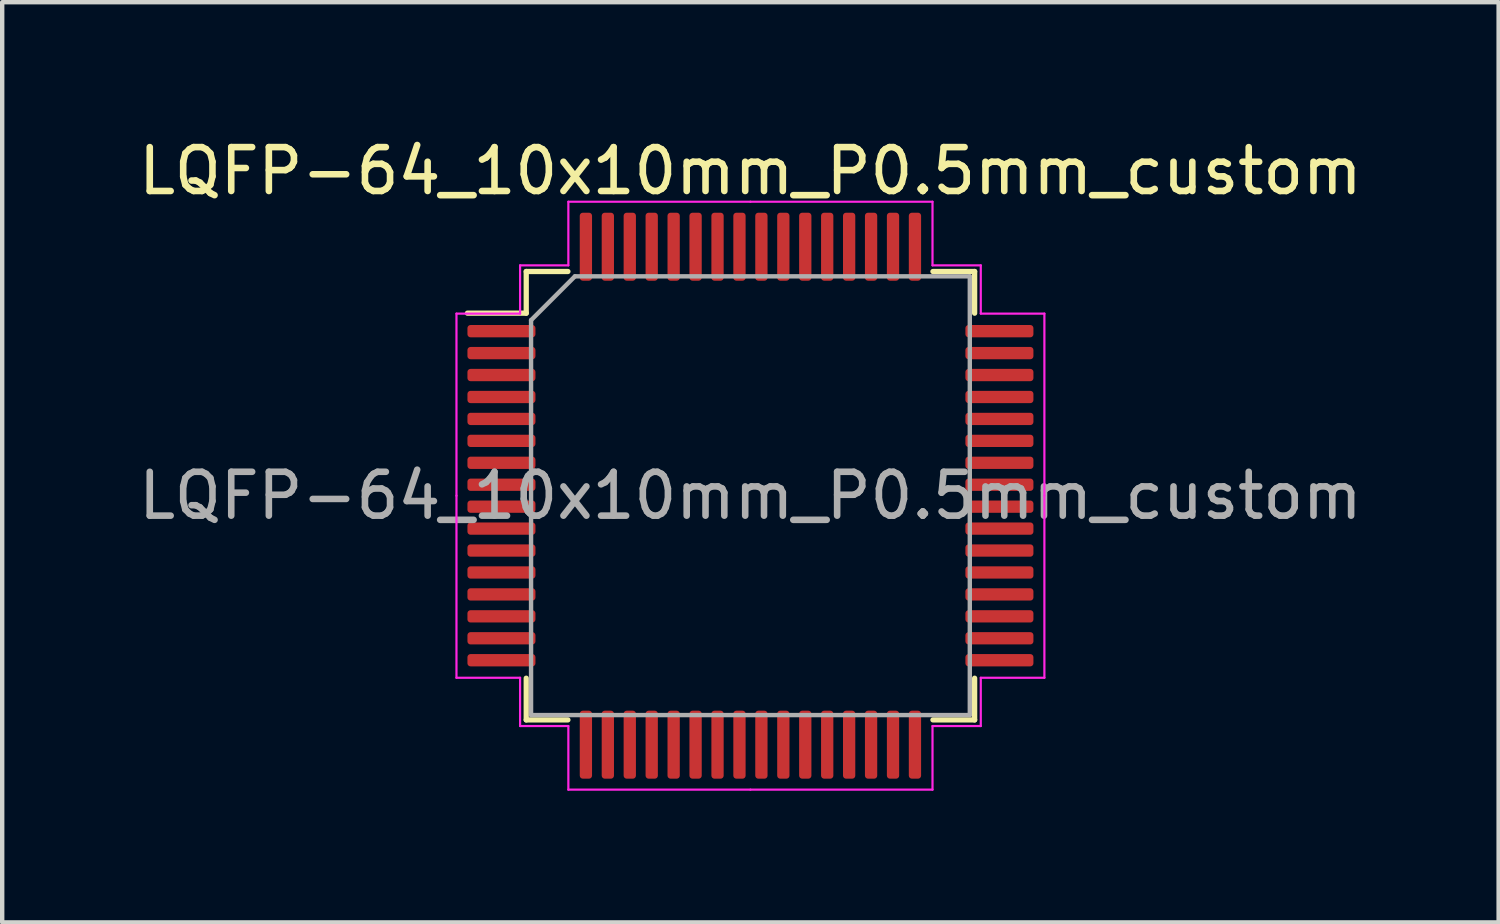
<source format=kicad_pcb>
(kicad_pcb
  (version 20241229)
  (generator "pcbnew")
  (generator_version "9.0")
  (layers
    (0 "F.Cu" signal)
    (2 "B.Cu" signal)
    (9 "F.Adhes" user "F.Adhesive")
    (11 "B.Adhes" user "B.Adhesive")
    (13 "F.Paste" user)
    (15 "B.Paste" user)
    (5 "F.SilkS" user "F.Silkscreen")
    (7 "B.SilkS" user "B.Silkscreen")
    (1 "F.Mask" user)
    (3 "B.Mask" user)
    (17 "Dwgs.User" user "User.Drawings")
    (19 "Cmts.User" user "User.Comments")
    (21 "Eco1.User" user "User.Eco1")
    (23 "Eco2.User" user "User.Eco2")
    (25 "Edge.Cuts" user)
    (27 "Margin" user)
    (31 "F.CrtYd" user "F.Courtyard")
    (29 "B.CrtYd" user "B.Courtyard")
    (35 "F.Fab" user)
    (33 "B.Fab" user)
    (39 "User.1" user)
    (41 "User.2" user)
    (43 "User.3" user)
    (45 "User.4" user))
  (footprint "LQFP-64_10x10mm_P0.5mm_custom"
    (layer "F.Cu")
    (at 14.054 8.248)
    (property "Reference" "LQFP-64_10x10mm_P0.5mm_custom" (at 0 -7.4 0) (layer "F.SilkS") (effects (font (size 1 1) (thickness 0.15))))
    (attr smd)
    (fp_line (start -5.11 -5.11) (end -5.11 -4.16) (stroke (width 0.12) (type solid)) (layer "F.SilkS"))
    (fp_line (start -5.11 -4.16) (end -6.45 -4.16) (stroke (width 0.12) (type solid)) (layer "F.SilkS"))
    (fp_line (start -5.11 5.11) (end -5.11 4.16) (stroke (width 0.12) (type solid)) (layer "F.SilkS"))
    (fp_line (start -4.16 -5.11) (end -5.11 -5.11) (stroke (width 0.12) (type solid)) (layer "F.SilkS"))
    (fp_line (start -4.16 5.11) (end -5.11 5.11) (stroke (width 0.12) (type solid)) (layer "F.SilkS"))
    (fp_line (start 4.16 -5.11) (end 5.11 -5.11) (stroke (width 0.12) (type solid)) (layer "F.SilkS"))
    (fp_line (start 4.16 5.11) (end 5.11 5.11) (stroke (width 0.12) (type solid)) (layer "F.SilkS"))
    (fp_line (start 5.11 -5.11) (end 5.11 -4.16) (stroke (width 0.12) (type solid)) (layer "F.SilkS"))
    (fp_line (start 5.11 5.11) (end 5.11 4.16) (stroke (width 0.12) (type solid)) (layer "F.SilkS"))
    (fp_line (start -6.7 -4.15) (end -6.7 0) (stroke (width 0.05) (type solid)) (layer "F.CrtYd"))
    (fp_line (start -6.7 4.15) (end -6.7 0) (stroke (width 0.05) (type solid)) (layer "F.CrtYd"))
    (fp_line (start -5.25 -5.25) (end -5.25 -4.15) (stroke (width 0.05) (type solid)) (layer "F.CrtYd"))
    (fp_line (start -5.25 -4.15) (end -6.7 -4.15) (stroke (width 0.05) (type solid)) (layer "F.CrtYd"))
    (fp_line (start -5.25 4.15) (end -6.7 4.15) (stroke (width 0.05) (type solid)) (layer "F.CrtYd"))
    (fp_line (start -5.25 5.25) (end -5.25 4.15) (stroke (width 0.05) (type solid)) (layer "F.CrtYd"))
    (fp_line (start -4.15 -6.7) (end -4.15 -5.25) (stroke (width 0.05) (type solid)) (layer "F.CrtYd"))
    (fp_line (start -4.15 -5.25) (end -5.25 -5.25) (stroke (width 0.05) (type solid)) (layer "F.CrtYd"))
    (fp_line (start -4.15 5.25) (end -5.25 5.25) (stroke (width 0.05) (type solid)) (layer "F.CrtYd"))
    (fp_line (start -4.15 6.7) (end -4.15 5.25) (stroke (width 0.05) (type solid)) (layer "F.CrtYd"))
    (fp_line (start 0 -6.7) (end -4.15 -6.7) (stroke (width 0.05) (type solid)) (layer "F.CrtYd"))
    (fp_line (start 0 -6.7) (end 4.15 -6.7) (stroke (width 0.05) (type solid)) (layer "F.CrtYd"))
    (fp_line (start 0 6.7) (end -4.15 6.7) (stroke (width 0.05) (type solid)) (layer "F.CrtYd"))
    (fp_line (start 0 6.7) (end 4.15 6.7) (stroke (width 0.05) (type solid)) (layer "F.CrtYd"))
    (fp_line (start 4.15 -6.7) (end 4.15 -5.25) (stroke (width 0.05) (type solid)) (layer "F.CrtYd"))
    (fp_line (start 4.15 -5.25) (end 5.25 -5.25) (stroke (width 0.05) (type solid)) (layer "F.CrtYd"))
    (fp_line (start 4.15 5.25) (end 5.25 5.25) (stroke (width 0.05) (type solid)) (layer "F.CrtYd"))
    (fp_line (start 4.15 6.7) (end 4.15 5.25) (stroke (width 0.05) (type solid)) (layer "F.CrtYd"))
    (fp_line (start 5.25 -5.25) (end 5.25 -4.15) (stroke (width 0.05) (type solid)) (layer "F.CrtYd"))
    (fp_line (start 5.25 -4.15) (end 6.7 -4.15) (stroke (width 0.05) (type solid)) (layer "F.CrtYd"))
    (fp_line (start 5.25 4.15) (end 6.7 4.15) (stroke (width 0.05) (type solid)) (layer "F.CrtYd"))
    (fp_line (start 5.25 5.25) (end 5.25 4.15) (stroke (width 0.05) (type solid)) (layer "F.CrtYd"))
    (fp_line (start 6.7 -4.15) (end 6.7 0) (stroke (width 0.05) (type solid)) (layer "F.CrtYd"))
    (fp_line (start 6.7 4.15) (end 6.7 0) (stroke (width 0.05) (type solid)) (layer "F.CrtYd"))
    (fp_line (start -5 -4) (end -4 -5) (stroke (width 0.1) (type solid)) (layer "F.Fab"))
    (fp_line (start -5 5) (end -5 -4) (stroke (width 0.1) (type solid)) (layer "F.Fab"))
    (fp_line (start -4 -5) (end 5 -5) (stroke (width 0.1) (type solid)) (layer "F.Fab"))
    (fp_line (start 5 -5) (end 5 5) (stroke (width 0.1) (type solid)) (layer "F.Fab"))
    (fp_line (start 5 5) (end -5 5) (stroke (width 0.1) (type solid)) (layer "F.Fab"))
    (fp_text user "${REFERENCE}" (at 0 0 0) (layer "F.Fab") (effects (font (size 1 1) (thickness 0.15))))
    (pad "1" smd roundrect (at -5.675 -3.75) (size 1.55 0.28) (layers "F.Cu" "F.Mask" "F.Paste") (roundrect_rratio 0.25))
    (pad "2" smd roundrect (at -5.675 -3.25) (size 1.55 0.28) (layers "F.Cu" "F.Mask" "F.Paste") (roundrect_rratio 0.25))
    (pad "3" smd roundrect (at -5.675 -2.75) (size 1.55 0.28) (layers "F.Cu" "F.Mask" "F.Paste") (roundrect_rratio 0.25))
    (pad "4" smd roundrect (at -5.675 -2.25) (size 1.55 0.28) (layers "F.Cu" "F.Mask" "F.Paste") (roundrect_rratio 0.25))
    (pad "5" smd roundrect (at -5.675 -1.75) (size 1.55 0.28) (layers "F.Cu" "F.Mask" "F.Paste") (roundrect_rratio 0.25))
    (pad "6" smd roundrect (at -5.675 -1.25) (size 1.55 0.28) (layers "F.Cu" "F.Mask" "F.Paste") (roundrect_rratio 0.25))
    (pad "7" smd roundrect (at -5.675 -0.75) (size 1.55 0.28) (layers "F.Cu" "F.Mask" "F.Paste") (roundrect_rratio 0.25))
    (pad "8" smd roundrect (at -5.675 -0.25) (size 1.55 0.28) (layers "F.Cu" "F.Mask" "F.Paste") (roundrect_rratio 0.25))
    (pad "9" smd roundrect (at -5.675 0.25) (size 1.55 0.28) (layers "F.Cu" "F.Mask" "F.Paste") (roundrect_rratio 0.25))
    (pad "10" smd roundrect (at -5.675 0.75) (size 1.55 0.28) (layers "F.Cu" "F.Mask" "F.Paste") (roundrect_rratio 0.25))
    (pad "11" smd roundrect (at -5.675 1.25) (size 1.55 0.28) (layers "F.Cu" "F.Mask" "F.Paste") (roundrect_rratio 0.25))
    (pad "12" smd roundrect (at -5.675 1.75) (size 1.55 0.28) (layers "F.Cu" "F.Mask" "F.Paste") (roundrect_rratio 0.25))
    (pad "13" smd roundrect (at -5.675 2.25) (size 1.55 0.28) (layers "F.Cu" "F.Mask" "F.Paste") (roundrect_rratio 0.25))
    (pad "14" smd roundrect (at -5.675 2.75) (size 1.55 0.28) (layers "F.Cu" "F.Mask" "F.Paste") (roundrect_rratio 0.25))
    (pad "15" smd roundrect (at -5.675 3.25) (size 1.55 0.28) (layers "F.Cu" "F.Mask" "F.Paste") (roundrect_rratio 0.25))
    (pad "16" smd roundrect (at -5.675 3.75) (size 1.55 0.28) (layers "F.Cu" "F.Mask" "F.Paste") (roundrect_rratio 0.25))
    (pad "17" smd roundrect (at -3.75 5.675) (size 0.28 1.55) (layers "F.Cu" "F.Mask" "F.Paste") (roundrect_rratio 0.25))
    (pad "18" smd roundrect (at -3.25 5.675) (size 0.28 1.55) (layers "F.Cu" "F.Mask" "F.Paste") (roundrect_rratio 0.25))
    (pad "19" smd roundrect (at -2.75 5.675) (size 0.28 1.55) (layers "F.Cu" "F.Mask" "F.Paste") (roundrect_rratio 0.25))
    (pad "20" smd roundrect (at -2.25 5.675) (size 0.28 1.55) (layers "F.Cu" "F.Mask" "F.Paste") (roundrect_rratio 0.25))
    (pad "21" smd roundrect (at -1.75 5.675) (size 0.28 1.55) (layers "F.Cu" "F.Mask" "F.Paste") (roundrect_rratio 0.25))
    (pad "22" smd roundrect (at -1.25 5.675) (size 0.28 1.55) (layers "F.Cu" "F.Mask" "F.Paste") (roundrect_rratio 0.25))
    (pad "23" smd roundrect (at -0.75 5.675) (size 0.28 1.55) (layers "F.Cu" "F.Mask" "F.Paste") (roundrect_rratio 0.25))
    (pad "24" smd roundrect (at -0.25 5.675) (size 0.28 1.55) (layers "F.Cu" "F.Mask" "F.Paste") (roundrect_rratio 0.25))
    (pad "25" smd roundrect (at 0.25 5.675) (size 0.28 1.55) (layers "F.Cu" "F.Mask" "F.Paste") (roundrect_rratio 0.25))
    (pad "26" smd roundrect (at 0.75 5.675) (size 0.28 1.55) (layers "F.Cu" "F.Mask" "F.Paste") (roundrect_rratio 0.25))
    (pad "27" smd roundrect (at 1.25 5.675) (size 0.28 1.55) (layers "F.Cu" "F.Mask" "F.Paste") (roundrect_rratio 0.25))
    (pad "28" smd roundrect (at 1.75 5.675) (size 0.28 1.55) (layers "F.Cu" "F.Mask" "F.Paste") (roundrect_rratio 0.25))
    (pad "29" smd roundrect (at 2.25 5.675) (size 0.28 1.55) (layers "F.Cu" "F.Mask" "F.Paste") (roundrect_rratio 0.25))
    (pad "30" smd roundrect (at 2.75 5.675) (size 0.28 1.55) (layers "F.Cu" "F.Mask" "F.Paste") (roundrect_rratio 0.25))
    (pad "31" smd roundrect (at 3.25 5.675) (size 0.28 1.55) (layers "F.Cu" "F.Mask" "F.Paste") (roundrect_rratio 0.25))
    (pad "32" smd roundrect (at 3.75 5.675) (size 0.28 1.55) (layers "F.Cu" "F.Mask" "F.Paste") (roundrect_rratio 0.25))
    (pad "33" smd roundrect (at 5.675 3.75) (size 1.55 0.28) (layers "F.Cu" "F.Mask" "F.Paste") (roundrect_rratio 0.25))
    (pad "34" smd roundrect (at 5.675 3.25) (size 1.55 0.28) (layers "F.Cu" "F.Mask" "F.Paste") (roundrect_rratio 0.25))
    (pad "35" smd roundrect (at 5.675 2.75) (size 1.55 0.28) (layers "F.Cu" "F.Mask" "F.Paste") (roundrect_rratio 0.25))
    (pad "36" smd roundrect (at 5.675 2.25) (size 1.55 0.28) (layers "F.Cu" "F.Mask" "F.Paste") (roundrect_rratio 0.25))
    (pad "37" smd roundrect (at 5.675 1.75) (size 1.55 0.28) (layers "F.Cu" "F.Mask" "F.Paste") (roundrect_rratio 0.25))
    (pad "38" smd roundrect (at 5.675 1.25) (size 1.55 0.28) (layers "F.Cu" "F.Mask" "F.Paste") (roundrect_rratio 0.25))
    (pad "39" smd roundrect (at 5.675 0.75) (size 1.55 0.28) (layers "F.Cu" "F.Mask" "F.Paste") (roundrect_rratio 0.25))
    (pad "40" smd roundrect (at 5.675 0.25) (size 1.55 0.28) (layers "F.Cu" "F.Mask" "F.Paste") (roundrect_rratio 0.25))
    (pad "41" smd roundrect (at 5.675 -0.25) (size 1.55 0.28) (layers "F.Cu" "F.Mask" "F.Paste") (roundrect_rratio 0.25))
    (pad "42" smd roundrect (at 5.675 -0.75) (size 1.55 0.28) (layers "F.Cu" "F.Mask" "F.Paste") (roundrect_rratio 0.25))
    (pad "43" smd roundrect (at 5.675 -1.25) (size 1.55 0.28) (layers "F.Cu" "F.Mask" "F.Paste") (roundrect_rratio 0.25))
    (pad "44" smd roundrect (at 5.675 -1.75) (size 1.55 0.28) (layers "F.Cu" "F.Mask" "F.Paste") (roundrect_rratio 0.25))
    (pad "45" smd roundrect (at 5.675 -2.25) (size 1.55 0.28) (layers "F.Cu" "F.Mask" "F.Paste") (roundrect_rratio 0.25))
    (pad "46" smd roundrect (at 5.675 -2.75) (size 1.55 0.28) (layers "F.Cu" "F.Mask" "F.Paste") (roundrect_rratio 0.25))
    (pad "47" smd roundrect (at 5.675 -3.25) (size 1.55 0.28) (layers "F.Cu" "F.Mask" "F.Paste") (roundrect_rratio 0.25))
    (pad "48" smd roundrect (at 5.675 -3.75) (size 1.55 0.28) (layers "F.Cu" "F.Mask" "F.Paste") (roundrect_rratio 0.25))
    (pad "49" smd roundrect (at 3.75 -5.675) (size 0.28 1.55) (layers "F.Cu" "F.Mask" "F.Paste") (roundrect_rratio 0.25))
    (pad "50" smd roundrect (at 3.25 -5.675) (size 0.28 1.55) (layers "F.Cu" "F.Mask" "F.Paste") (roundrect_rratio 0.25))
    (pad "51" smd roundrect (at 2.75 -5.675) (size 0.28 1.55) (layers "F.Cu" "F.Mask" "F.Paste") (roundrect_rratio 0.25))
    (pad "52" smd roundrect (at 2.25 -5.675) (size 0.28 1.55) (layers "F.Cu" "F.Mask" "F.Paste") (roundrect_rratio 0.25))
    (pad "53" smd roundrect (at 1.75 -5.675) (size 0.28 1.55) (layers "F.Cu" "F.Mask" "F.Paste") (roundrect_rratio 0.25))
    (pad "54" smd roundrect (at 1.25 -5.675) (size 0.28 1.55) (layers "F.Cu" "F.Mask" "F.Paste") (roundrect_rratio 0.25))
    (pad "55" smd roundrect (at 0.75 -5.675) (size 0.28 1.55) (layers "F.Cu" "F.Mask" "F.Paste") (roundrect_rratio 0.25))
    (pad "56" smd roundrect (at 0.25 -5.675) (size 0.28 1.55) (layers "F.Cu" "F.Mask" "F.Paste") (roundrect_rratio 0.25))
    (pad "57" smd roundrect (at -0.25 -5.675) (size 0.28 1.55) (layers "F.Cu" "F.Mask" "F.Paste") (roundrect_rratio 0.25))
    (pad "58" smd roundrect (at -0.75 -5.675) (size 0.28 1.55) (layers "F.Cu" "F.Mask" "F.Paste") (roundrect_rratio 0.25))
    (pad "59" smd roundrect (at -1.25 -5.675) (size 0.28 1.55) (layers "F.Cu" "F.Mask" "F.Paste") (roundrect_rratio 0.25))
    (pad "60" smd roundrect (at -1.75 -5.675) (size 0.28 1.55) (layers "F.Cu" "F.Mask" "F.Paste") (roundrect_rratio 0.25))
    (pad "61" smd roundrect (at -2.25 -5.675) (size 0.28 1.55) (layers "F.Cu" "F.Mask" "F.Paste") (roundrect_rratio 0.25))
    (pad "62" smd roundrect (at -2.75 -5.675) (size 0.28 1.55) (layers "F.Cu" "F.Mask" "F.Paste") (roundrect_rratio 0.25))
    (pad "63" smd roundrect (at -3.25 -5.675) (size 0.28 1.55) (layers "F.Cu" "F.Mask" "F.Paste") (roundrect_rratio 0.25))
    (pad "64" smd roundrect (at -3.75 -5.675) (size 0.28 1.55) (layers "F.Cu" "F.Mask" "F.Paste") (roundrect_rratio 0.25)))
  (gr_rect
    (start -3 -3)
    (end 31.107 17.973)
    (stroke (width 0.1) (type default))
    (fill no)
    (layer "Edge.Cuts")))
</source>
